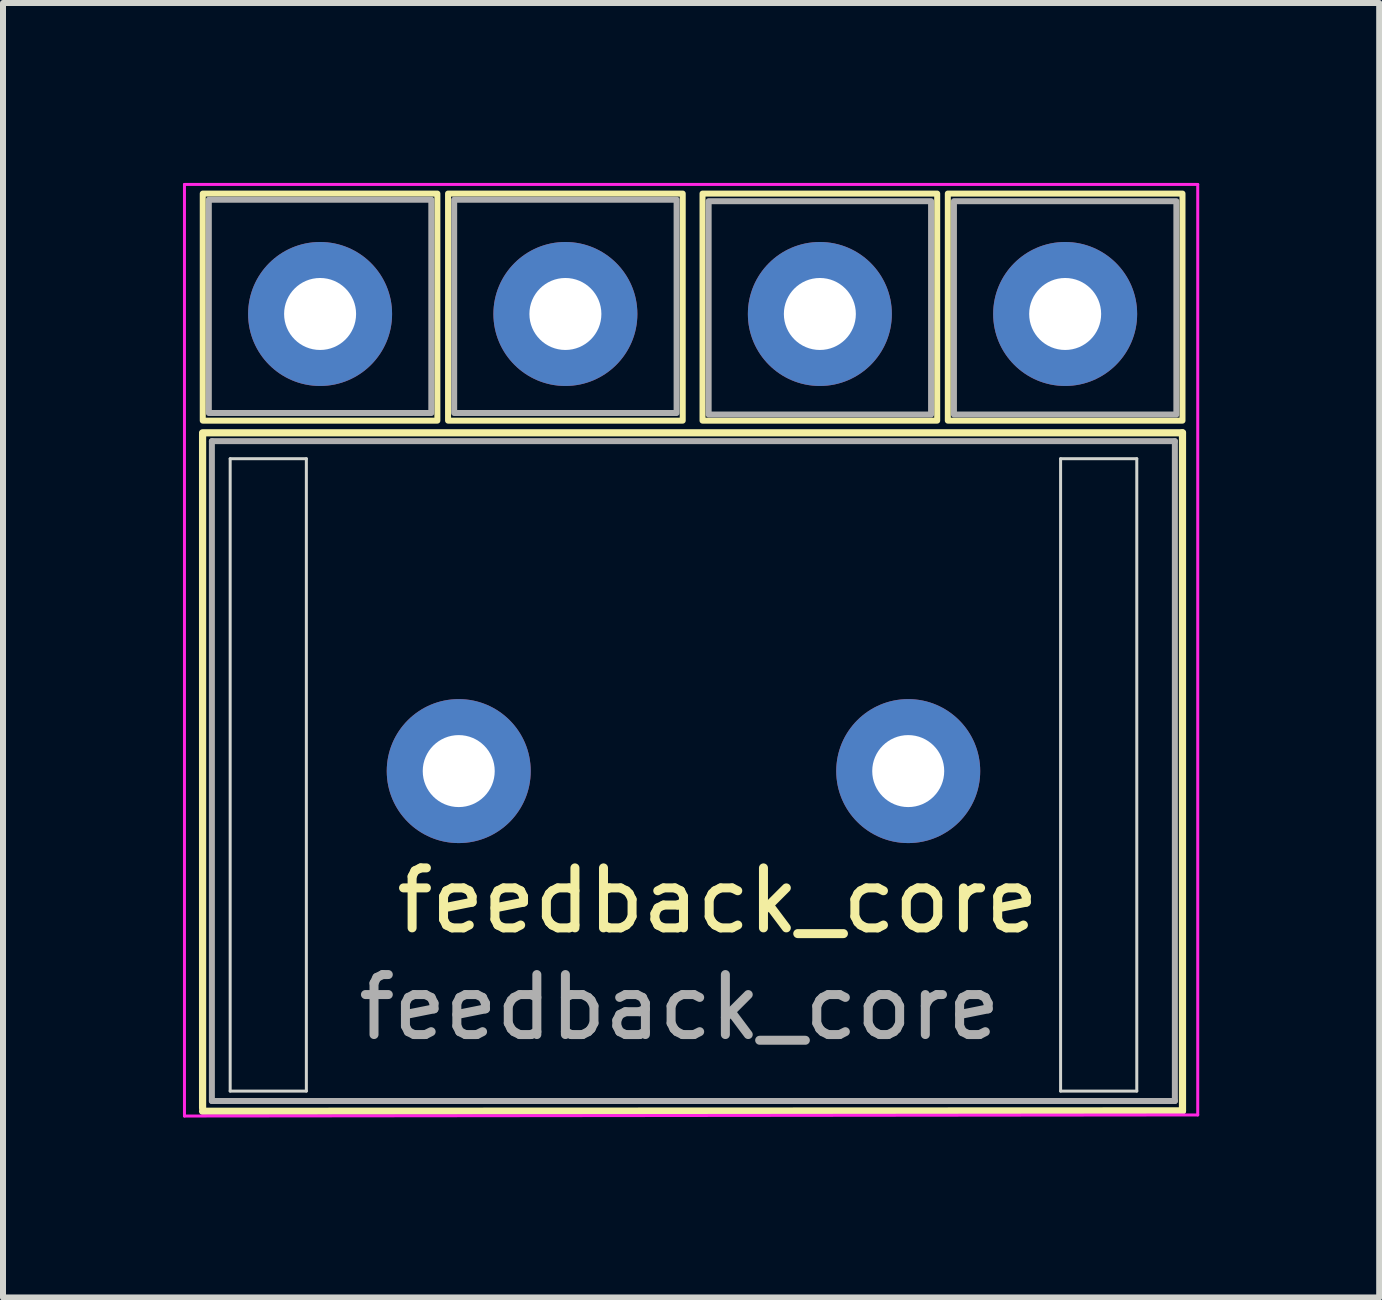
<source format=kicad_pcb>
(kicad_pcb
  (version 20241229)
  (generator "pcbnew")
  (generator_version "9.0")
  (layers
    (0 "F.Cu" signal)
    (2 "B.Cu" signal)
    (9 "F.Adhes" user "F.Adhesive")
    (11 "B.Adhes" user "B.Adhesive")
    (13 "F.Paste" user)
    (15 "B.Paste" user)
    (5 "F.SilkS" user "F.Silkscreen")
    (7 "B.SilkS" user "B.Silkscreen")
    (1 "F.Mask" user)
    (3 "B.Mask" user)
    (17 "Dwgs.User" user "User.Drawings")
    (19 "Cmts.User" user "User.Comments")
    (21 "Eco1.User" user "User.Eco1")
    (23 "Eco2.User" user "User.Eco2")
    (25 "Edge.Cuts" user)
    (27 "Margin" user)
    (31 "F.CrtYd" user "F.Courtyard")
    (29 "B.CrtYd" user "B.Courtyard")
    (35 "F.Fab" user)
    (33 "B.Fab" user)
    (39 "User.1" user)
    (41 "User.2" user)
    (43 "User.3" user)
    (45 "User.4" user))
  (footprint "feedback_core"
    (layer "F.Cu")
    (at 3.327 9.804)
    (property "Reference" "feedback_core" (at 5.588 2.159 0) (layer "F.SilkS") (effects (font (size 1 1) (thickness 0.15))))
    (attr through_hole)
    (fp_line (start -3 -5.62) (end -3 5.62) (stroke (width 0.12) (type solid)) (layer "F.SilkS"))
    (fp_line (start -3 5.671) (end 13.335 5.664) (stroke (width 0.12) (type solid)) (layer "F.SilkS"))
    (fp_line (start 13.335 -5.639) (end -3 -5.639) (stroke (width 0.12) (type solid)) (layer "F.SilkS"))
    (fp_line (start 13.335 5.664) (end 13.335 -5.639) (stroke (width 0.12) (type solid)) (layer "F.SilkS"))
    (fp_rect (start -2.997 -9.627) (end 0.914 -5.842) (stroke (width 0.1) (type default)) (fill no) (layer "F.SilkS"))
    (fp_rect (start 1.092 -9.627) (end 5.004 -5.842) (stroke (width 0.1) (type default)) (fill no) (layer "F.SilkS"))
    (fp_rect (start 9.246 -5.842) (end 5.334 -9.627) (stroke (width 0.1) (type default)) (fill no) (layer "F.SilkS"))
    (fp_rect (start 13.335 -5.842) (end 9.423 -9.627) (stroke (width 0.1) (type default)) (fill no) (layer "F.SilkS"))
    (fp_line (start -2.54 -5.207) (end -2.54 5.334) (stroke (width 0.05) (type default)) (layer "Edge.Cuts"))
    (fp_line (start -2.54 5.334) (end -1.27 5.334) (stroke (width 0.05) (type default)) (layer "Edge.Cuts"))
    (fp_line (start -1.27 -5.207) (end -2.54 -5.207) (stroke (width 0.05) (type default)) (layer "Edge.Cuts"))
    (fp_line (start -1.27 5.334) (end -1.27 -5.207) (stroke (width 0.05) (type default)) (layer "Edge.Cuts"))
    (fp_line (start 11.303 -5.207) (end 11.303 5.334) (stroke (width 0.05) (type default)) (layer "Edge.Cuts"))
    (fp_line (start 11.303 5.334) (end 12.573 5.334) (stroke (width 0.05) (type default)) (layer "Edge.Cuts"))
    (fp_line (start 12.573 -5.207) (end 11.303 -5.207) (stroke (width 0.05) (type default)) (layer "Edge.Cuts"))
    (fp_line (start 12.573 5.334) (end 12.573 -5.207) (stroke (width 0.05) (type default)) (layer "Edge.Cuts"))
    (fp_line (start -3.302 -9.779) (end -3.302 5.75) (stroke (width 0.05) (type solid)) (layer "F.CrtYd"))
    (fp_line (start -3.302 5.75) (end 13.589 5.732) (stroke (width 0.05) (type solid)) (layer "F.CrtYd"))
    (fp_line (start 13.589 -9.779) (end -3.302 -9.779) (stroke (width 0.05) (type solid)) (layer "F.CrtYd"))
    (fp_line (start 13.589 5.732) (end 13.589 -9.779) (stroke (width 0.05) (type solid)) (layer "F.CrtYd"))
    (fp_line (start -2.845 -5.5) (end -2.845 5.5) (stroke (width 0.1) (type solid)) (layer "F.Fab"))
    (fp_line (start -2.845 5.5) (end 13.208 5.5) (stroke (width 0.1) (type solid)) (layer "F.Fab"))
    (fp_line (start 13.208 -5.5) (end -2.845 -5.5) (stroke (width 0.1) (type solid)) (layer "F.Fab"))
    (fp_line (start 13.208 5.5) (end 13.208 -5.5) (stroke (width 0.1) (type solid)) (layer "F.Fab"))
    (fp_rect (start -2.896 -9.525) (end 0.813 -5.969) (stroke (width 0.1) (type default)) (fill no) (layer "F.Fab"))
    (fp_rect (start 1.194 -9.525) (end 4.902 -5.969) (stroke (width 0.1) (type default)) (fill no) (layer "F.Fab"))
    (fp_rect (start 9.144 -5.944) (end 5.436 -9.5) (stroke (width 0.1) (type default)) (fill no) (layer "F.Fab"))
    (fp_rect (start 13.233 -5.944) (end 9.525 -9.5) (stroke (width 0.1) (type default)) (fill no) (layer "F.Fab"))
    (fp_text user "${REFERENCE}" (at 4.953 3.937 0) (layer "F.Fab") (effects (font (size 1 1) (thickness 0.15))))
    (pad "1" thru_hole circle (at 1.27 0) (size 2.4 2.4) (drill 1.2) (layers "*.Cu" "*.Mask"))
    (pad "2" thru_hole oval (at 8.763 0) (size 2.4 2.4) (drill 1.2) (layers "*.Cu" "*.Mask"))
    (pad "3" thru_hole oval (at -1.041 -7.62) (size 2.4 2.4) (drill 1.2) (layers "*.Cu" "*.Mask"))
    (pad "3" thru_hole oval (at 11.379 -7.62 180) (size 2.4 2.4) (drill 1.2) (layers "*.Cu" "*.Mask"))
    (pad "4" thru_hole oval (at 3.048 -7.62 180) (size 2.4 2.4) (drill 1.2) (layers "*.Cu" "*.Mask"))
    (pad "4" thru_hole oval (at 7.29 -7.62) (size 2.4 2.4) (drill 1.2) (layers "*.Cu" "*.Mask")))
  (gr_rect
    (start -3 -3)
    (end 19.941 18.579)
    (stroke (width 0.1) (type default))
    (fill no)
    (layer "Edge.Cuts")))
</source>
